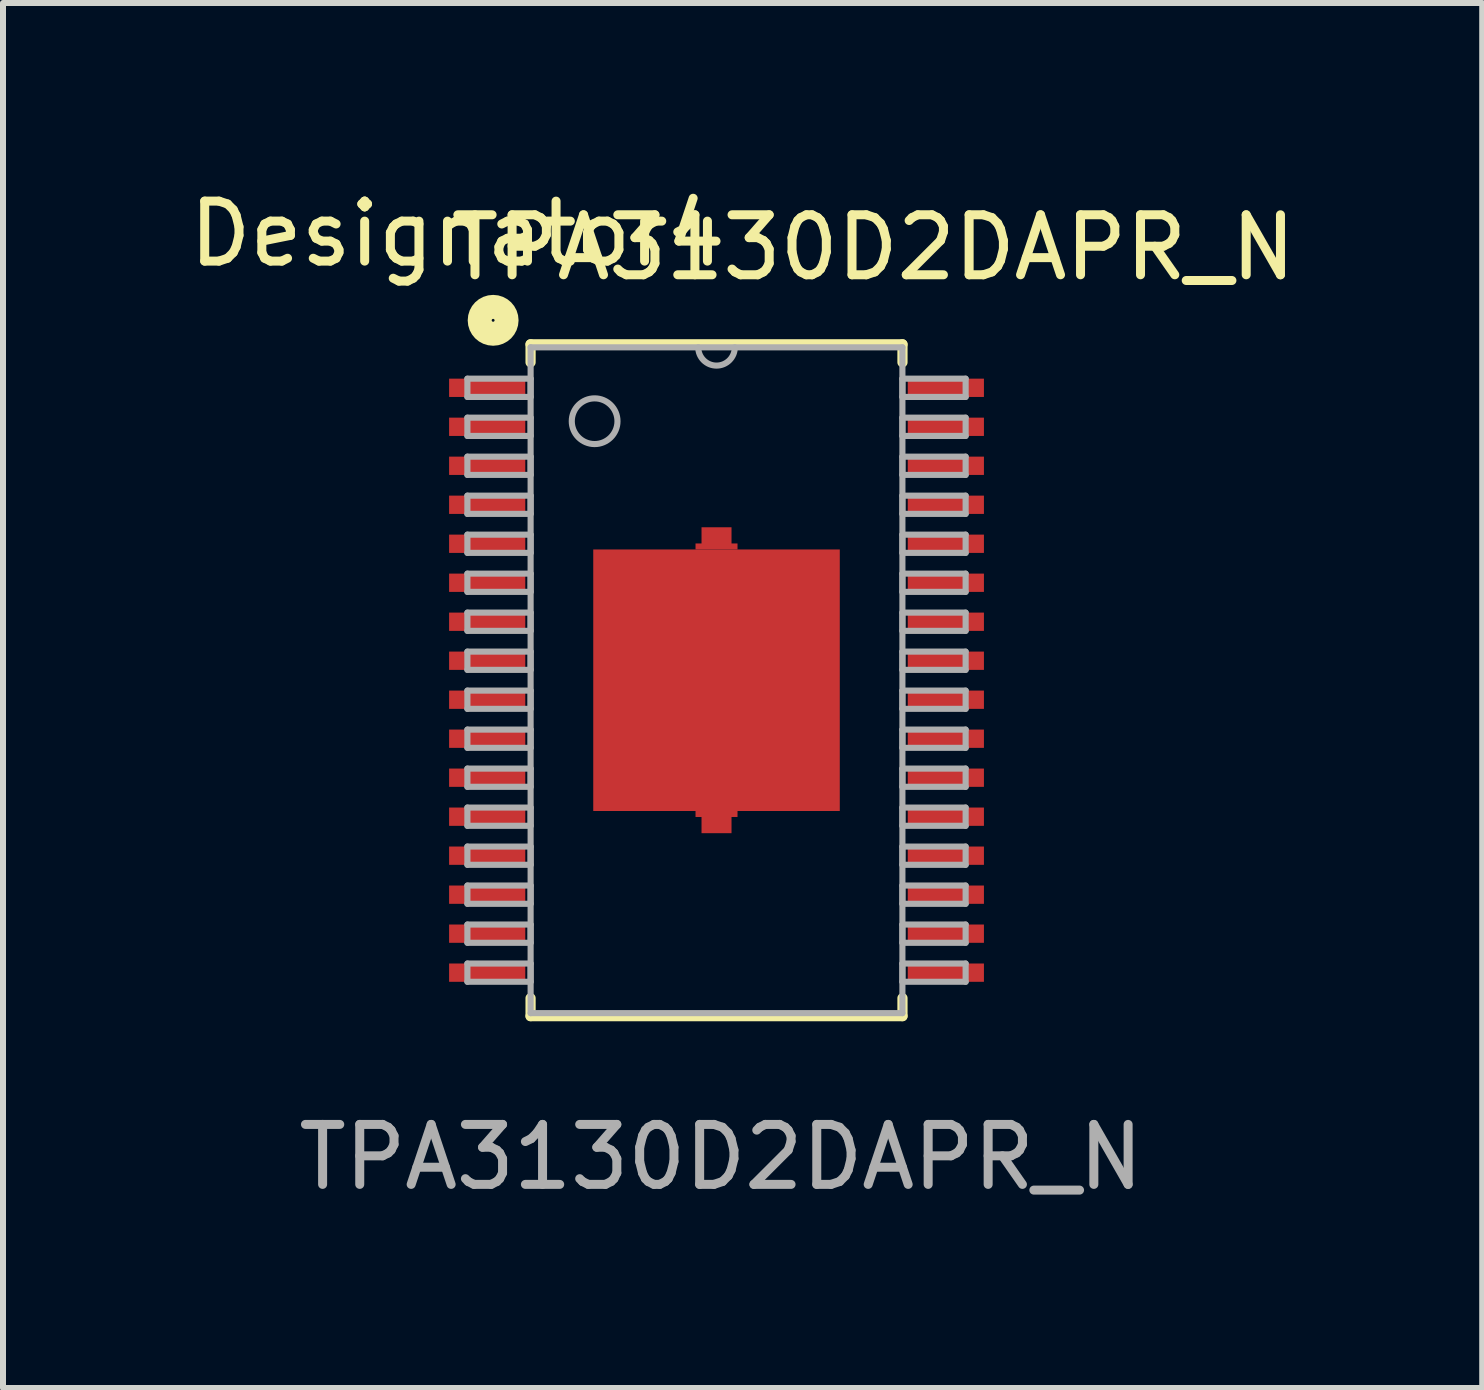
<source format=kicad_pcb>
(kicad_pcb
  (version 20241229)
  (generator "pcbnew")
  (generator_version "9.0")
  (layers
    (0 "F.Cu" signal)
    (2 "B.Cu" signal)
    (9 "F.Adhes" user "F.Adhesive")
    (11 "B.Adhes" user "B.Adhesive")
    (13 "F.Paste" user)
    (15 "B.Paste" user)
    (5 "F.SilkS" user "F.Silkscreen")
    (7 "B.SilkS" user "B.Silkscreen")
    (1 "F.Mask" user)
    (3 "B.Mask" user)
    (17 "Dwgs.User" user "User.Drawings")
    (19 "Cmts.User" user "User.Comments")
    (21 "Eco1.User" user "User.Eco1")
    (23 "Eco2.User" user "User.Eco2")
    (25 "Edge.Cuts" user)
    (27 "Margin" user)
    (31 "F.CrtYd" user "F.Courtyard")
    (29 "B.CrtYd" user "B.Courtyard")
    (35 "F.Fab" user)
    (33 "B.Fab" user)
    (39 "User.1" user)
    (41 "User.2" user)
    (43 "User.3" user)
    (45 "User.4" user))
  (footprint "TPA3130D2DAPR_N"
    (layer "F.Cu")
    (at 8.895 8.29)
    (property "Reference" "TPA3130D2DAPR_N" (at 2.616 -7.214 0) (unlocked yes) (layer "F.SilkS") (effects (font (size 1 1) (thickness 0.15))))
    (attr smd)
    (fp_poly (pts (xy 0.35 -2.18) (xy -0.35 -2.18) (xy -0.35 -2.28) (xy -0.25 -2.28) (xy -0.25 -2.55) (xy 0.25 -2.55) (xy 0.25 -2.28) (xy 0.35 -2.28)) (stroke (width 0) (type solid)) (fill yes) (layer "F.Cu"))
    (fp_poly (pts (xy 0.35 2.18) (xy -0.35 2.18) (xy -0.35 2.28) (xy -0.25 2.28) (xy -0.25 2.55) (xy 0.25 2.55) (xy 0.25 2.28) (xy 0.35 2.28)) (stroke (width 0) (type solid)) (fill yes) (layer "F.Cu"))
    (fp_line (start -3.1 -5.6) (end 3.1 -5.6) (stroke (width 0.17) (type solid)) (layer "F.SilkS"))
    (fp_line (start -3.1 -5.3) (end -3.1 -5.6) (stroke (width 0.17) (type solid)) (layer "F.SilkS"))
    (fp_line (start -3.1 5.6) (end -3.1 5.3) (stroke (width 0.17) (type solid)) (layer "F.SilkS"))
    (fp_line (start -3.1 5.6) (end 3.1 5.6) (stroke (width 0.17) (type solid)) (layer "F.SilkS"))
    (fp_line (start 3.1 -5.3) (end 3.1 -5.6) (stroke (width 0.17) (type solid)) (layer "F.SilkS"))
    (fp_line (start 3.1 5.6) (end 3.1 5.3) (stroke (width 0.17) (type solid)) (layer "F.SilkS"))
    (fp_circle (center -3.724 -6) (end -3.5 -6) (stroke (width 0.4) (type solid)) (fill no) (layer "F.SilkS"))
    (fp_line (start -4.153 -5.027) (end -3.099 -5.027) (stroke (width 0.102) (type solid)) (layer "F.Fab"))
    (fp_line (start -4.153 -4.723) (end -4.153 -5.027) (stroke (width 0.102) (type solid)) (layer "F.Fab"))
    (fp_line (start -4.153 -4.723) (end -3.099 -4.723) (stroke (width 0.102) (type solid)) (layer "F.Fab"))
    (fp_line (start -4.153 -4.377) (end -3.099 -4.377) (stroke (width 0.102) (type solid)) (layer "F.Fab"))
    (fp_line (start -4.153 -4.073) (end -4.153 -4.377) (stroke (width 0.102) (type solid)) (layer "F.Fab"))
    (fp_line (start -4.153 -4.073) (end -3.099 -4.073) (stroke (width 0.102) (type solid)) (layer "F.Fab"))
    (fp_line (start -4.153 -3.727) (end -3.099 -3.727) (stroke (width 0.102) (type solid)) (layer "F.Fab"))
    (fp_line (start -4.153 -3.423) (end -4.153 -3.727) (stroke (width 0.102) (type solid)) (layer "F.Fab"))
    (fp_line (start -4.153 -3.423) (end -3.099 -3.423) (stroke (width 0.102) (type solid)) (layer "F.Fab"))
    (fp_line (start -4.153 -3.077) (end -3.099 -3.077) (stroke (width 0.102) (type solid)) (layer "F.Fab"))
    (fp_line (start -4.153 -2.773) (end -4.153 -3.077) (stroke (width 0.102) (type solid)) (layer "F.Fab"))
    (fp_line (start -4.153 -2.773) (end -3.099 -2.773) (stroke (width 0.102) (type solid)) (layer "F.Fab"))
    (fp_line (start -4.153 -2.427) (end -3.099 -2.427) (stroke (width 0.102) (type solid)) (layer "F.Fab"))
    (fp_line (start -4.153 -2.123) (end -4.153 -2.427) (stroke (width 0.102) (type solid)) (layer "F.Fab"))
    (fp_line (start -4.153 -2.123) (end -3.099 -2.123) (stroke (width 0.102) (type solid)) (layer "F.Fab"))
    (fp_line (start -4.153 -1.777) (end -3.099 -1.777) (stroke (width 0.102) (type solid)) (layer "F.Fab"))
    (fp_line (start -4.153 -1.473) (end -4.153 -1.777) (stroke (width 0.102) (type solid)) (layer "F.Fab"))
    (fp_line (start -4.153 -1.473) (end -3.099 -1.473) (stroke (width 0.102) (type solid)) (layer "F.Fab"))
    (fp_line (start -4.153 -1.127) (end -3.099 -1.127) (stroke (width 0.102) (type solid)) (layer "F.Fab"))
    (fp_line (start -4.153 -0.823) (end -4.153 -1.127) (stroke (width 0.102) (type solid)) (layer "F.Fab"))
    (fp_line (start -4.153 -0.823) (end -3.099 -0.823) (stroke (width 0.102) (type solid)) (layer "F.Fab"))
    (fp_line (start -4.153 -0.477) (end -3.099 -0.477) (stroke (width 0.102) (type solid)) (layer "F.Fab"))
    (fp_line (start -4.153 -0.173) (end -4.153 -0.477) (stroke (width 0.102) (type solid)) (layer "F.Fab"))
    (fp_line (start -4.153 -0.173) (end -3.099 -0.173) (stroke (width 0.102) (type solid)) (layer "F.Fab"))
    (fp_line (start -4.153 0.173) (end -3.099 0.173) (stroke (width 0.102) (type solid)) (layer "F.Fab"))
    (fp_line (start -4.153 0.477) (end -4.153 0.173) (stroke (width 0.102) (type solid)) (layer "F.Fab"))
    (fp_line (start -4.153 0.477) (end -3.099 0.477) (stroke (width 0.102) (type solid)) (layer "F.Fab"))
    (fp_line (start -4.153 0.823) (end -3.099 0.823) (stroke (width 0.102) (type solid)) (layer "F.Fab"))
    (fp_line (start -4.153 1.127) (end -4.153 0.823) (stroke (width 0.102) (type solid)) (layer "F.Fab"))
    (fp_line (start -4.153 1.127) (end -3.099 1.127) (stroke (width 0.102) (type solid)) (layer "F.Fab"))
    (fp_line (start -4.153 1.473) (end -3.099 1.473) (stroke (width 0.102) (type solid)) (layer "F.Fab"))
    (fp_line (start -4.153 1.777) (end -4.153 1.473) (stroke (width 0.102) (type solid)) (layer "F.Fab"))
    (fp_line (start -4.153 1.777) (end -3.099 1.777) (stroke (width 0.102) (type solid)) (layer "F.Fab"))
    (fp_line (start -4.153 2.123) (end -3.099 2.123) (stroke (width 0.102) (type solid)) (layer "F.Fab"))
    (fp_line (start -4.153 2.427) (end -4.153 2.123) (stroke (width 0.102) (type solid)) (layer "F.Fab"))
    (fp_line (start -4.153 2.427) (end -3.099 2.427) (stroke (width 0.102) (type solid)) (layer "F.Fab"))
    (fp_line (start -4.153 2.773) (end -3.099 2.773) (stroke (width 0.102) (type solid)) (layer "F.Fab"))
    (fp_line (start -4.153 3.077) (end -4.153 2.773) (stroke (width 0.102) (type solid)) (layer "F.Fab"))
    (fp_line (start -4.153 3.077) (end -3.099 3.077) (stroke (width 0.102) (type solid)) (layer "F.Fab"))
    (fp_line (start -4.153 3.423) (end -3.099 3.423) (stroke (width 0.102) (type solid)) (layer "F.Fab"))
    (fp_line (start -4.153 3.727) (end -4.153 3.423) (stroke (width 0.102) (type solid)) (layer "F.Fab"))
    (fp_line (start -4.153 3.727) (end -3.099 3.727) (stroke (width 0.102) (type solid)) (layer "F.Fab"))
    (fp_line (start -4.153 4.073) (end -3.099 4.073) (stroke (width 0.102) (type solid)) (layer "F.Fab"))
    (fp_line (start -4.153 4.377) (end -4.153 4.073) (stroke (width 0.102) (type solid)) (layer "F.Fab"))
    (fp_line (start -4.153 4.377) (end -3.099 4.377) (stroke (width 0.102) (type solid)) (layer "F.Fab"))
    (fp_line (start -4.153 4.723) (end -3.099 4.723) (stroke (width 0.102) (type solid)) (layer "F.Fab"))
    (fp_line (start -4.153 5.027) (end -4.153 4.723) (stroke (width 0.102) (type solid)) (layer "F.Fab"))
    (fp_line (start -4.153 5.027) (end -3.099 5.027) (stroke (width 0.102) (type solid)) (layer "F.Fab"))
    (fp_line (start -3.099 -5.55) (end 3.099 -5.55) (stroke (width 0.102) (type solid)) (layer "F.Fab"))
    (fp_line (start -3.099 -4.723) (end -3.099 -5.027) (stroke (width 0.102) (type solid)) (layer "F.Fab"))
    (fp_line (start -3.099 -4.073) (end -3.099 -4.377) (stroke (width 0.102) (type solid)) (layer "F.Fab"))
    (fp_line (start -3.099 -3.423) (end -3.099 -3.727) (stroke (width 0.102) (type solid)) (layer "F.Fab"))
    (fp_line (start -3.099 -2.773) (end -3.099 -3.077) (stroke (width 0.102) (type solid)) (layer "F.Fab"))
    (fp_line (start -3.099 -2.123) (end -3.099 -2.427) (stroke (width 0.102) (type solid)) (layer "F.Fab"))
    (fp_line (start -3.099 -1.473) (end -3.099 -1.777) (stroke (width 0.102) (type solid)) (layer "F.Fab"))
    (fp_line (start -3.099 -0.823) (end -3.099 -1.127) (stroke (width 0.102) (type solid)) (layer "F.Fab"))
    (fp_line (start -3.099 -0.173) (end -3.099 -0.477) (stroke (width 0.102) (type solid)) (layer "F.Fab"))
    (fp_line (start -3.099 0.477) (end -3.099 0.173) (stroke (width 0.102) (type solid)) (layer "F.Fab"))
    (fp_line (start -3.099 1.127) (end -3.099 0.823) (stroke (width 0.102) (type solid)) (layer "F.Fab"))
    (fp_line (start -3.099 1.777) (end -3.099 1.473) (stroke (width 0.102) (type solid)) (layer "F.Fab"))
    (fp_line (start -3.099 2.427) (end -3.099 2.123) (stroke (width 0.102) (type solid)) (layer "F.Fab"))
    (fp_line (start -3.099 3.077) (end -3.099 2.773) (stroke (width 0.102) (type solid)) (layer "F.Fab"))
    (fp_line (start -3.099 3.727) (end -3.099 3.423) (stroke (width 0.102) (type solid)) (layer "F.Fab"))
    (fp_line (start -3.099 4.377) (end -3.099 4.073) (stroke (width 0.102) (type solid)) (layer "F.Fab"))
    (fp_line (start -3.099 5.027) (end -3.099 4.723) (stroke (width 0.102) (type solid)) (layer "F.Fab"))
    (fp_line (start -3.099 5.55) (end -3.099 -5.55) (stroke (width 0.102) (type solid)) (layer "F.Fab"))
    (fp_line (start -3.099 5.55) (end 3.099 5.55) (stroke (width 0.102) (type solid)) (layer "F.Fab"))
    (fp_line (start 3.099 -5.027) (end 4.153 -5.027) (stroke (width 0.102) (type solid)) (layer "F.Fab"))
    (fp_line (start 3.099 -4.723) (end 3.099 -5.027) (stroke (width 0.102) (type solid)) (layer "F.Fab"))
    (fp_line (start 3.099 -4.723) (end 4.153 -4.723) (stroke (width 0.102) (type solid)) (layer "F.Fab"))
    (fp_line (start 3.099 -4.377) (end 4.153 -4.377) (stroke (width 0.102) (type solid)) (layer "F.Fab"))
    (fp_line (start 3.099 -4.073) (end 3.099 -4.377) (stroke (width 0.102) (type solid)) (layer "F.Fab"))
    (fp_line (start 3.099 -4.073) (end 4.153 -4.073) (stroke (width 0.102) (type solid)) (layer "F.Fab"))
    (fp_line (start 3.099 -3.727) (end 4.153 -3.727) (stroke (width 0.102) (type solid)) (layer "F.Fab"))
    (fp_line (start 3.099 -3.423) (end 3.099 -3.727) (stroke (width 0.102) (type solid)) (layer "F.Fab"))
    (fp_line (start 3.099 -3.423) (end 4.153 -3.423) (stroke (width 0.102) (type solid)) (layer "F.Fab"))
    (fp_line (start 3.099 -3.077) (end 4.153 -3.077) (stroke (width 0.102) (type solid)) (layer "F.Fab"))
    (fp_line (start 3.099 -2.773) (end 3.099 -3.077) (stroke (width 0.102) (type solid)) (layer "F.Fab"))
    (fp_line (start 3.099 -2.773) (end 4.153 -2.773) (stroke (width 0.102) (type solid)) (layer "F.Fab"))
    (fp_line (start 3.099 -2.427) (end 4.153 -2.427) (stroke (width 0.102) (type solid)) (layer "F.Fab"))
    (fp_line (start 3.099 -2.123) (end 3.099 -2.427) (stroke (width 0.102) (type solid)) (layer "F.Fab"))
    (fp_line (start 3.099 -2.123) (end 4.153 -2.123) (stroke (width 0.102) (type solid)) (layer "F.Fab"))
    (fp_line (start 3.099 -1.777) (end 4.153 -1.777) (stroke (width 0.102) (type solid)) (layer "F.Fab"))
    (fp_line (start 3.099 -1.473) (end 3.099 -1.777) (stroke (width 0.102) (type solid)) (layer "F.Fab"))
    (fp_line (start 3.099 -1.473) (end 4.153 -1.473) (stroke (width 0.102) (type solid)) (layer "F.Fab"))
    (fp_line (start 3.099 -1.127) (end 4.153 -1.127) (stroke (width 0.102) (type solid)) (layer "F.Fab"))
    (fp_line (start 3.099 -0.823) (end 3.099 -1.127) (stroke (width 0.102) (type solid)) (layer "F.Fab"))
    (fp_line (start 3.099 -0.823) (end 4.153 -0.823) (stroke (width 0.102) (type solid)) (layer "F.Fab"))
    (fp_line (start 3.099 -0.477) (end 4.153 -0.477) (stroke (width 0.102) (type solid)) (layer "F.Fab"))
    (fp_line (start 3.099 -0.173) (end 3.099 -0.477) (stroke (width 0.102) (type solid)) (layer "F.Fab"))
    (fp_line (start 3.099 -0.173) (end 4.153 -0.173) (stroke (width 0.102) (type solid)) (layer "F.Fab"))
    (fp_line (start 3.099 0.173) (end 4.153 0.173) (stroke (width 0.102) (type solid)) (layer "F.Fab"))
    (fp_line (start 3.099 0.477) (end 3.099 0.173) (stroke (width 0.102) (type solid)) (layer "F.Fab"))
    (fp_line (start 3.099 0.477) (end 4.153 0.477) (stroke (width 0.102) (type solid)) (layer "F.Fab"))
    (fp_line (start 3.099 0.823) (end 4.153 0.823) (stroke (width 0.102) (type solid)) (layer "F.Fab"))
    (fp_line (start 3.099 1.127) (end 3.099 0.823) (stroke (width 0.102) (type solid)) (layer "F.Fab"))
    (fp_line (start 3.099 1.127) (end 4.153 1.127) (stroke (width 0.102) (type solid)) (layer "F.Fab"))
    (fp_line (start 3.099 1.473) (end 4.153 1.473) (stroke (width 0.102) (type solid)) (layer "F.Fab"))
    (fp_line (start 3.099 1.777) (end 3.099 1.473) (stroke (width 0.102) (type solid)) (layer "F.Fab"))
    (fp_line (start 3.099 1.777) (end 4.153 1.777) (stroke (width 0.102) (type solid)) (layer "F.Fab"))
    (fp_line (start 3.099 2.123) (end 4.153 2.123) (stroke (width 0.102) (type solid)) (layer "F.Fab"))
    (fp_line (start 3.099 2.427) (end 3.099 2.123) (stroke (width 0.102) (type solid)) (layer "F.Fab"))
    (fp_line (start 3.099 2.427) (end 4.153 2.427) (stroke (width 0.102) (type solid)) (layer "F.Fab"))
    (fp_line (start 3.099 2.773) (end 4.153 2.773) (stroke (width 0.102) (type solid)) (layer "F.Fab"))
    (fp_line (start 3.099 3.077) (end 3.099 2.773) (stroke (width 0.102) (type solid)) (layer "F.Fab"))
    (fp_line (start 3.099 3.077) (end 4.153 3.077) (stroke (width 0.102) (type solid)) (layer "F.Fab"))
    (fp_line (start 3.099 3.423) (end 4.153 3.423) (stroke (width 0.102) (type solid)) (layer "F.Fab"))
    (fp_line (start 3.099 3.727) (end 3.099 3.423) (stroke (width 0.102) (type solid)) (layer "F.Fab"))
    (fp_line (start 3.099 3.727) (end 4.153 3.727) (stroke (width 0.102) (type solid)) (layer "F.Fab"))
    (fp_line (start 3.099 4.073) (end 4.153 4.073) (stroke (width 0.102) (type solid)) (layer "F.Fab"))
    (fp_line (start 3.099 4.377) (end 3.099 4.073) (stroke (width 0.102) (type solid)) (layer "F.Fab"))
    (fp_line (start 3.099 4.377) (end 4.153 4.377) (stroke (width 0.102) (type solid)) (layer "F.Fab"))
    (fp_line (start 3.099 4.723) (end 4.153 4.723) (stroke (width 0.102) (type solid)) (layer "F.Fab"))
    (fp_line (start 3.099 5.027) (end 3.099 4.723) (stroke (width 0.102) (type solid)) (layer "F.Fab"))
    (fp_line (start 3.099 5.027) (end 4.153 5.027) (stroke (width 0.102) (type solid)) (layer "F.Fab"))
    (fp_line (start 3.099 5.55) (end 3.099 -5.55) (stroke (width 0.102) (type solid)) (layer "F.Fab"))
    (fp_line (start 4.153 -4.723) (end 4.153 -5.027) (stroke (width 0.102) (type solid)) (layer "F.Fab"))
    (fp_line (start 4.153 -4.073) (end 4.153 -4.377) (stroke (width 0.102) (type solid)) (layer "F.Fab"))
    (fp_line (start 4.153 -3.423) (end 4.153 -3.727) (stroke (width 0.102) (type solid)) (layer "F.Fab"))
    (fp_line (start 4.153 -2.773) (end 4.153 -3.077) (stroke (width 0.102) (type solid)) (layer "F.Fab"))
    (fp_line (start 4.153 -2.123) (end 4.153 -2.427) (stroke (width 0.102) (type solid)) (layer "F.Fab"))
    (fp_line (start 4.153 -1.473) (end 4.153 -1.777) (stroke (width 0.102) (type solid)) (layer "F.Fab"))
    (fp_line (start 4.153 -0.823) (end 4.153 -1.127) (stroke (width 0.102) (type solid)) (layer "F.Fab"))
    (fp_line (start 4.153 -0.173) (end 4.153 -0.477) (stroke (width 0.102) (type solid)) (layer "F.Fab"))
    (fp_line (start 4.153 0.477) (end 4.153 0.173) (stroke (width 0.102) (type solid)) (layer "F.Fab"))
    (fp_line (start 4.153 1.127) (end 4.153 0.823) (stroke (width 0.102) (type solid)) (layer "F.Fab"))
    (fp_line (start 4.153 1.777) (end 4.153 1.473) (stroke (width 0.102) (type solid)) (layer "F.Fab"))
    (fp_line (start 4.153 2.427) (end 4.153 2.123) (stroke (width 0.102) (type solid)) (layer "F.Fab"))
    (fp_line (start 4.153 3.077) (end 4.153 2.773) (stroke (width 0.102) (type solid)) (layer "F.Fab"))
    (fp_line (start 4.153 3.727) (end 4.153 3.423) (stroke (width 0.102) (type solid)) (layer "F.Fab"))
    (fp_line (start 4.153 4.377) (end 4.153 4.073) (stroke (width 0.102) (type solid)) (layer "F.Fab"))
    (fp_line (start 4.153 5.027) (end 4.153 4.723) (stroke (width 0.102) (type solid)) (layer "F.Fab"))
    (fp_arc (start 0.3048 -5.5499) (mid 0 -5.2451) (end -0.3048 -5.5499) (stroke (width 0.1016) (type solid)) (layer "F.Fab"))
    (fp_circle (center -2.032 -4.318) (end -1.651 -4.318) (stroke (width 0.102) (type solid)) (fill no) (layer "F.Fab"))
    (fp_text user "Designator4" (at -4.318 -7.442 0) (unlocked yes) (layer "F.SilkS") (effects (font (size 1 1) (thickness 0.15))))
    (fp_text user "${REFERENCE}" (at 0.076 7.95 0) (unlocked yes) (layer "F.Fab") (effects (font (size 1 1) (thickness 0.15))))
    (pad "1" smd rect (at -3.823 -4.875) (size 1.27 0.305) (layers "F.Cu" "F.Mask" "F.Paste"))
    (pad "2" smd rect (at -3.823 -4.225) (size 1.27 0.305) (layers "F.Cu" "F.Mask" "F.Paste"))
    (pad "3" smd rect (at -3.823 -3.575) (size 1.27 0.305) (layers "F.Cu" "F.Mask" "F.Paste"))
    (pad "4" smd rect (at -3.823 -2.925) (size 1.27 0.305) (layers "F.Cu" "F.Mask" "F.Paste"))
    (pad "5" smd rect (at -3.823 -2.275) (size 1.27 0.305) (layers "F.Cu" "F.Mask" "F.Paste"))
    (pad "6" smd rect (at -3.823 -1.625) (size 1.27 0.305) (layers "F.Cu" "F.Mask" "F.Paste"))
    (pad "7" smd rect (at -3.823 -0.975) (size 1.27 0.305) (layers "F.Cu" "F.Mask" "F.Paste"))
    (pad "8" smd rect (at -3.823 -0.325) (size 1.27 0.305) (layers "F.Cu" "F.Mask" "F.Paste"))
    (pad "9" smd rect (at -3.823 0.325) (size 1.27 0.305) (layers "F.Cu" "F.Mask" "F.Paste"))
    (pad "10" smd rect (at -3.823 0.975) (size 1.27 0.305) (layers "F.Cu" "F.Mask" "F.Paste"))
    (pad "11" smd rect (at -3.823 1.625) (size 1.27 0.305) (layers "F.Cu" "F.Mask" "F.Paste"))
    (pad "12" smd rect (at -3.823 2.275) (size 1.27 0.305) (layers "F.Cu" "F.Mask" "F.Paste"))
    (pad "13" smd rect (at -3.823 2.925) (size 1.27 0.305) (layers "F.Cu" "F.Mask" "F.Paste"))
    (pad "14" smd rect (at -3.823 3.575) (size 1.27 0.305) (layers "F.Cu" "F.Mask" "F.Paste"))
    (pad "15" smd rect (at -3.823 4.225) (size 1.27 0.305) (layers "F.Cu" "F.Mask" "F.Paste"))
    (pad "16" smd rect (at -3.823 4.875) (size 1.27 0.305) (layers "F.Cu" "F.Mask" "F.Paste"))
    (pad "17" smd rect (at 3.823 4.875) (size 1.27 0.305) (layers "F.Cu" "F.Mask" "F.Paste"))
    (pad "18" smd rect (at 3.823 4.225) (size 1.27 0.305) (layers "F.Cu" "F.Mask" "F.Paste"))
    (pad "19" smd rect (at 3.823 3.575) (size 1.27 0.305) (layers "F.Cu" "F.Mask" "F.Paste"))
    (pad "20" smd rect (at 3.823 2.925) (size 1.27 0.305) (layers "F.Cu" "F.Mask" "F.Paste"))
    (pad "21" smd rect (at 3.823 2.275) (size 1.27 0.305) (layers "F.Cu" "F.Mask" "F.Paste"))
    (pad "22" smd rect (at 3.823 1.625) (size 1.27 0.305) (layers "F.Cu" "F.Mask" "F.Paste"))
    (pad "23" smd rect (at 3.823 0.975) (size 1.27 0.305) (layers "F.Cu" "F.Mask" "F.Paste"))
    (pad "24" smd rect (at 3.823 0.325) (size 1.27 0.305) (layers "F.Cu" "F.Mask" "F.Paste"))
    (pad "25" smd rect (at 3.823 -0.325) (size 1.27 0.305) (layers "F.Cu" "F.Mask" "F.Paste"))
    (pad "26" smd rect (at 3.823 -0.975) (size 1.27 0.305) (layers "F.Cu" "F.Mask" "F.Paste"))
    (pad "27" smd rect (at 3.823 -1.625) (size 1.27 0.305) (layers "F.Cu" "F.Mask" "F.Paste"))
    (pad "28" smd rect (at 3.823 -2.275) (size 1.27 0.305) (layers "F.Cu" "F.Mask" "F.Paste"))
    (pad "29" smd rect (at 3.823 -2.925) (size 1.27 0.305) (layers "F.Cu" "F.Mask" "F.Paste"))
    (pad "30" smd rect (at 3.823 -3.575) (size 1.27 0.305) (layers "F.Cu" "F.Mask" "F.Paste"))
    (pad "31" smd rect (at 3.823 -4.225) (size 1.27 0.305) (layers "F.Cu" "F.Mask" "F.Paste"))
    (pad "32" smd rect (at 3.823 -4.875) (size 1.27 0.305) (layers "F.Cu" "F.Mask" "F.Paste"))
    (pad "33" smd rect (at 0 0) (size 4.11 4.36) (layers "F.Cu" "F.Mask" "F.Paste")))
  (gr_rect
    (start -3 -3)
    (end 21.66 20.089)
    (stroke (width 0.1) (type default))
    (fill no)
    (layer "Edge.Cuts")))
</source>
